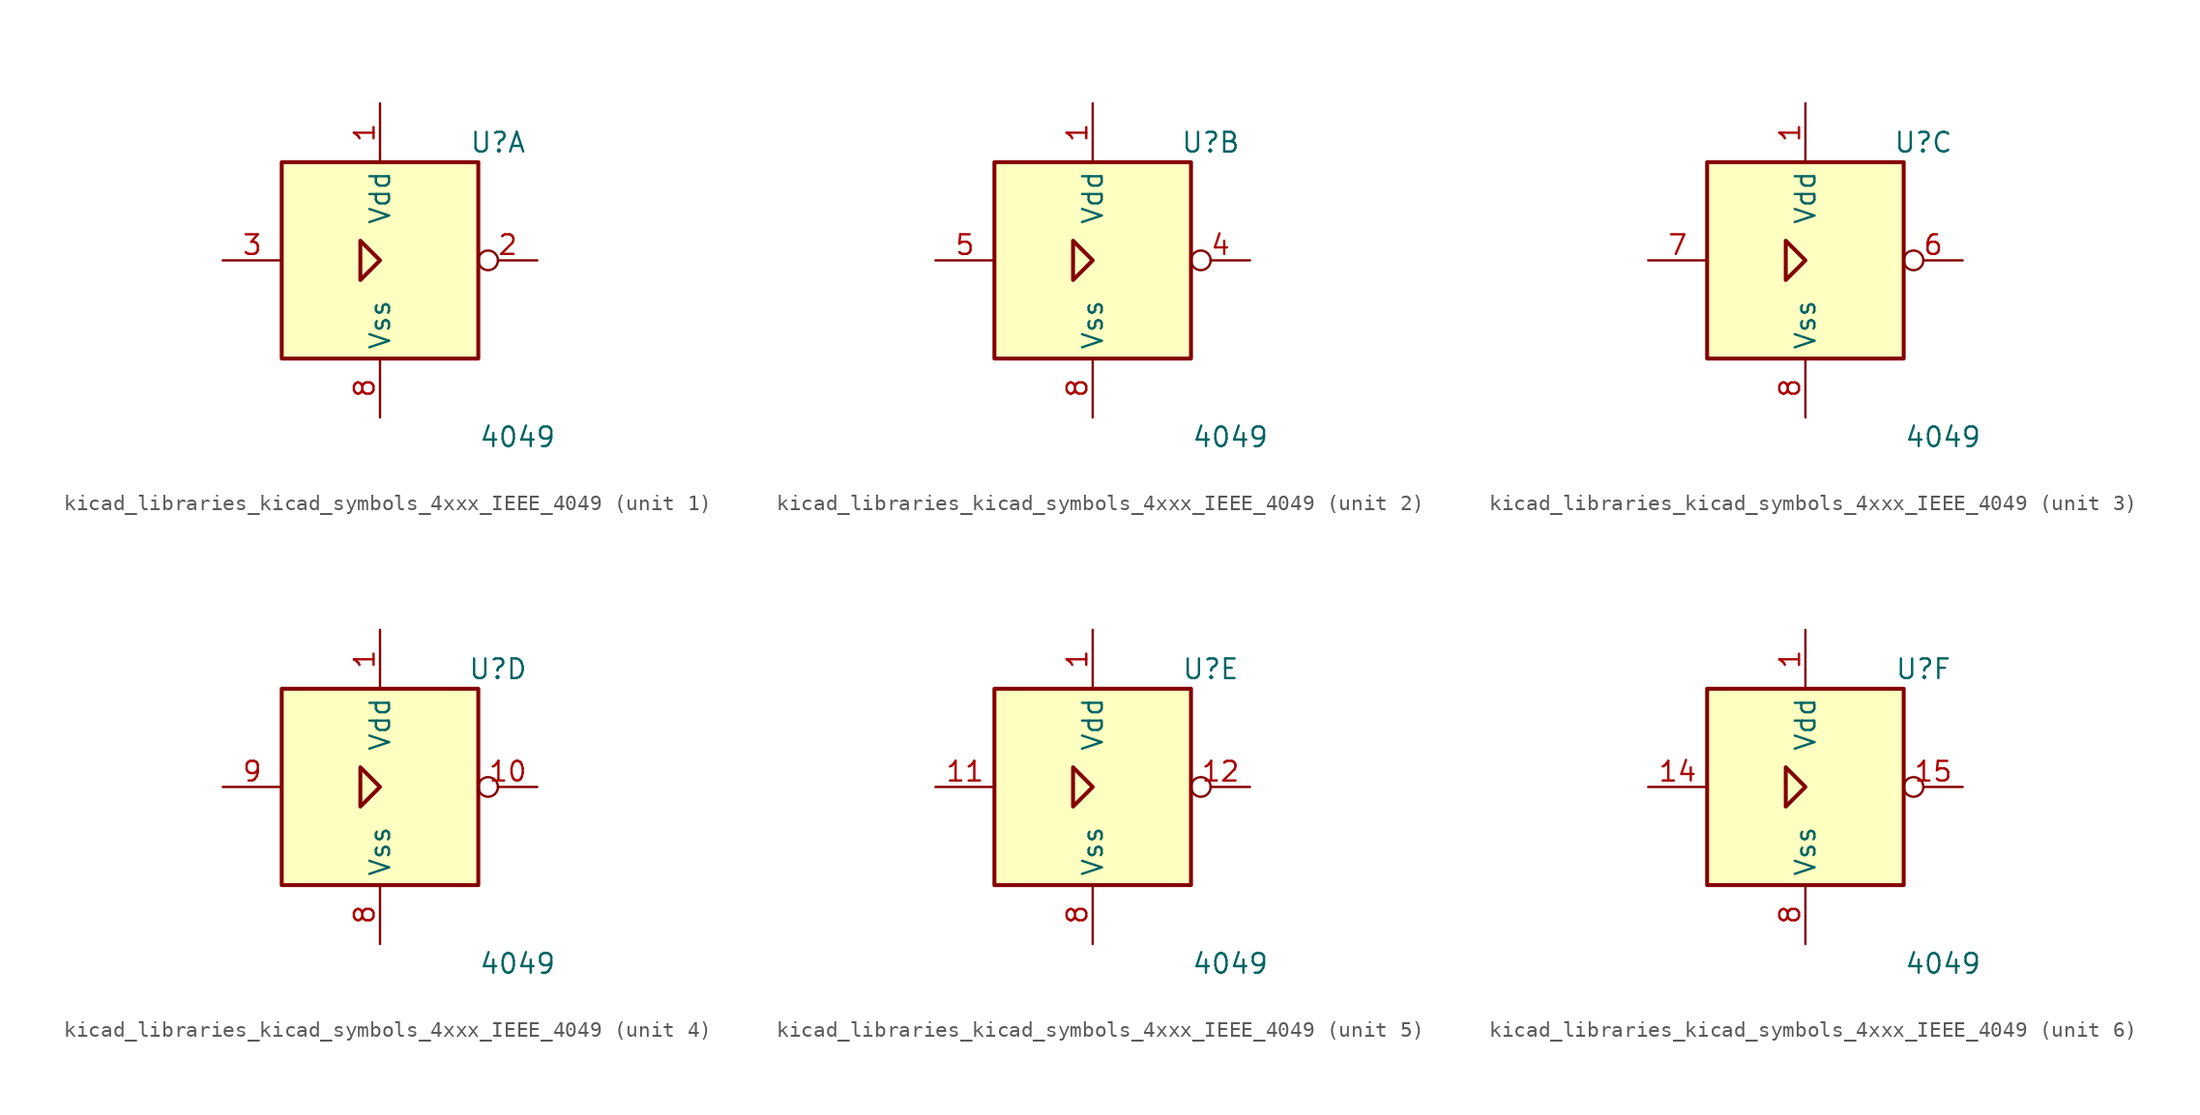
<source format=kicad_sym>
(kicad_symbol_lib
  (version 20220914)
  (generator kicad_symbol_editor)
  (symbol "kicad_libraries_kicad_symbols_4xxx_IEEE_4049"
    (property "Reference" "U"
      (at 7.62 7.62 0)
      (effects (font (size 1.27 1.27))))
    (property "Value" "4049"
      (at 8.89 -11.43 0)
      (effects (font (size 1.27 1.27))))
    (symbol "kicad_libraries_kicad_symbols_4xxx_IEEE_4049_0_0"
      (polyline (pts (xy -1.27 1.27) (xy -1.27 -1.27) (xy 0 0) (xy -1.27 1.27) (xy -1.27 1.27)) (stroke (width 0.254) (type default)) (fill (type background)))
      (pin power_in line (at 0 10.16 270) (length 3.81) (name "Vdd" (effects (font (size 1.27 1.27)))) (number "1" (effects (font (size 1.27 1.27)))))
      (pin power_in line (at 0 -10.16 90) (length 3.81) (name "Vss" (effects (font (size 1.27 1.27)))) (number "8" (effects (font (size 1.27 1.27))))))
    (symbol "kicad_libraries_kicad_symbols_4xxx_IEEE_4049_0_1"
      (rectangle (start -6.35 6.35) (end 6.35 -6.35) (stroke (width 0.254) (type default)) (fill (type background))))
    (symbol "kicad_libraries_kicad_symbols_4xxx_IEEE_4049_1_1"
      (pin output inverted (at 10.16 0 180) (length 3.81) (name "~" (effects (font (size 1.27 1.27)))) (number "2" (effects (font (size 1.27 1.27)))))
      (pin input line (at -10.16 0 0) (length 3.81) (name "~" (effects (font (size 1.27 1.27)))) (number "3" (effects (font (size 1.27 1.27))))))
    (symbol "kicad_libraries_kicad_symbols_4xxx_IEEE_4049_2_1"
      (pin output inverted (at 10.16 0 180) (length 3.81) (name "~" (effects (font (size 1.27 1.27)))) (number "4" (effects (font (size 1.27 1.27)))))
      (pin input line (at -10.16 0 0) (length 3.81) (name "~" (effects (font (size 1.27 1.27)))) (number "5" (effects (font (size 1.27 1.27))))))
    (symbol "kicad_libraries_kicad_symbols_4xxx_IEEE_4049_3_1"
      (pin output inverted (at 10.16 0 180) (length 3.81) (name "~" (effects (font (size 1.27 1.27)))) (number "6" (effects (font (size 1.27 1.27)))))
      (pin input line (at -10.16 0 0) (length 3.81) (name "~" (effects (font (size 1.27 1.27)))) (number "7" (effects (font (size 1.27 1.27))))))
    (symbol "kicad_libraries_kicad_symbols_4xxx_IEEE_4049_4_1"
      (pin output inverted (at 10.16 0 180) (length 3.81) (name "~" (effects (font (size 1.27 1.27)))) (number "10" (effects (font (size 1.27 1.27)))))
      (pin input line (at -10.16 0 0) (length 3.81) (name "~" (effects (font (size 1.27 1.27)))) (number "9" (effects (font (size 1.27 1.27))))))
    (symbol "kicad_libraries_kicad_symbols_4xxx_IEEE_4049_5_1"
      (pin input line (at -10.16 0 0) (length 3.81) (name "~" (effects (font (size 1.27 1.27)))) (number "11" (effects (font (size 1.27 1.27)))))
      (pin output inverted (at 10.16 0 180) (length 3.81) (name "~" (effects (font (size 1.27 1.27)))) (number "12" (effects (font (size 1.27 1.27))))))
    (symbol "kicad_libraries_kicad_symbols_4xxx_IEEE_4049_6_1"
      (pin input line (at -10.16 0 0) (length 3.81) (name "~" (effects (font (size 1.27 1.27)))) (number "14" (effects (font (size 1.27 1.27)))))
      (pin output inverted (at 10.16 0 180) (length 3.81) (name "~" (effects (font (size 1.27 1.27)))) (number "15" (effects (font (size 1.27 1.27))))))))
</source>
